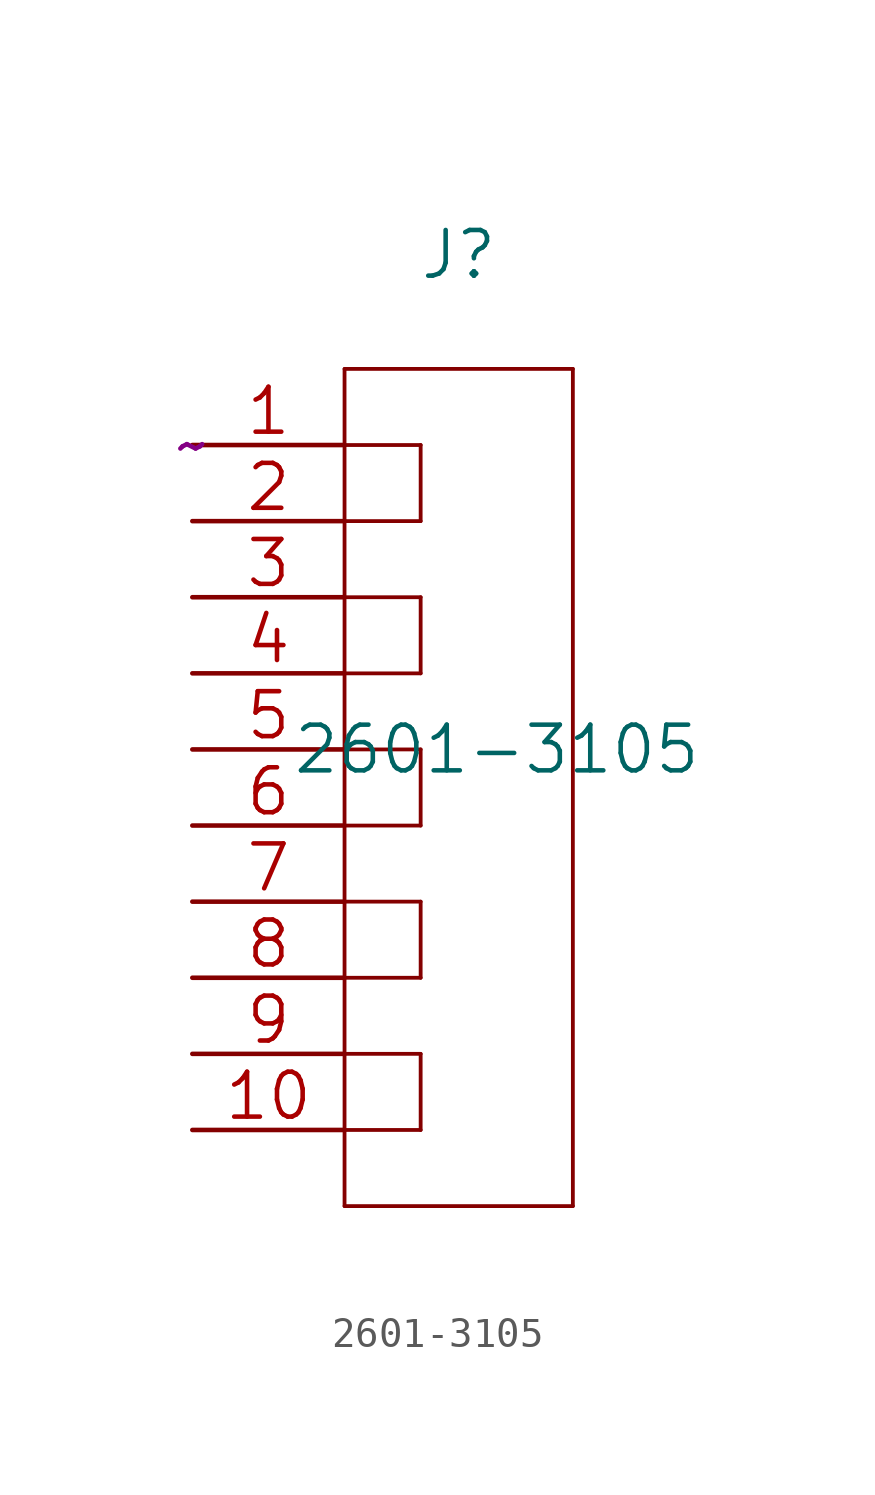
<source format=kicad_sym>
(kicad_symbol_lib
  (version 20211014)
  (generator kicad_symbol_editor)
  (symbol "2601-3105"
    (pin_names
      (offset 0.254) hide)
    (property "Reference" "J"
      (at 8.89 6.35 0)
      (effects (font (size 1.524 1.524))))
    (property "Value" "2601-3105"
      (at 10.16 -10.16 0)
      (effects (font (size 1.524 1.524))))
    (property "Datasheet" "~"
      (at 0.00 0.00 0)
      (effects (font (size 1.524 1.524))))
    (symbol "2601-3105_0_0"
      (polyline (pts (xy 5.080 2.540) (xy 5.080 -25.400)) (stroke (width 0.127) (type default)) (fill (type none)))
      (polyline (pts (xy 5.080 -25.400) (xy 12.700 -25.400)) (stroke (width 0.127) (type default)) (fill (type none)))
      (polyline (pts (xy 12.700 -25.400) (xy 12.700 2.540)) (stroke (width 0.127) (type default)) (fill (type none)))
      (polyline (pts (xy 12.700 2.540) (xy 5.080 2.540)) (stroke (width 0.127) (type default)) (fill (type none)))
      (polyline (pts (xy 5.080 0.000) (xy 7.620 0.000)) (stroke (width 0.127) (type default)) (fill (type none)))
      (polyline (pts (xy 7.620 0.000) (xy 7.620 -2.540)) (stroke (width 0.127) (type default)) (fill (type none)))
      (polyline (pts (xy 5.080 -2.540) (xy 7.620 -2.540)) (stroke (width 0.127) (type default)) (fill (type none)))
      (polyline (pts (xy 5.080 -5.080) (xy 7.620 -5.080)) (stroke (width 0.127) (type default)) (fill (type none)))
      (polyline (pts (xy 7.620 -5.080) (xy 7.620 -7.620)) (stroke (width 0.127) (type default)) (fill (type none)))
      (polyline (pts (xy 5.080 -7.620) (xy 7.620 -7.620)) (stroke (width 0.127) (type default)) (fill (type none)))
      (polyline (pts (xy 5.080 -10.160) (xy 7.620 -10.160)) (stroke (width 0.127) (type default)) (fill (type none)))
      (polyline (pts (xy 7.620 -10.160) (xy 7.620 -12.700)) (stroke (width 0.127) (type default)) (fill (type none)))
      (polyline (pts (xy 5.080 -12.700) (xy 7.620 -12.700)) (stroke (width 0.127) (type default)) (fill (type none)))
      (polyline (pts (xy 5.080 -15.240) (xy 7.620 -15.240)) (stroke (width 0.127) (type default)) (fill (type none)))
      (polyline (pts (xy 7.620 -15.240) (xy 7.620 -17.780)) (stroke (width 0.127) (type default)) (fill (type none)))
      (polyline (pts (xy 5.080 -17.780) (xy 7.620 -17.780)) (stroke (width 0.127) (type default)) (fill (type none)))
      (polyline (pts (xy 5.080 -20.320) (xy 7.620 -20.320)) (stroke (width 0.127) (type default)) (fill (type none)))
      (polyline (pts (xy 7.620 -20.320) (xy 7.620 -22.860)) (stroke (width 0.127) (type default)) (fill (type none)))
      (polyline (pts (xy 5.080 -22.860) (xy 7.620 -22.860)) (stroke (width 0.127) (type default)) (fill (type none)))
      (pin unspecified line (at 0.000 0.000 0) (length 5.080) (name "1" (effects (font (size 1.499 1.499)))) (number "1" (effects (font (size 1.499 1.499)))))
      (pin unspecified line (at 0.000 -2.540 0) (length 5.080) (name "2" (effects (font (size 1.499 1.499)))) (number "2" (effects (font (size 1.499 1.499)))))
      (pin unspecified line (at 0.000 -5.080 0) (length 5.080) (name "3" (effects (font (size 1.499 1.499)))) (number "3" (effects (font (size 1.499 1.499)))))
      (pin unspecified line (at 0.000 -7.620 0) (length 5.080) (name "4" (effects (font (size 1.499 1.499)))) (number "4" (effects (font (size 1.499 1.499)))))
      (pin unspecified line (at 0.000 -10.160 0) (length 5.080) (name "5" (effects (font (size 1.499 1.499)))) (number "5" (effects (font (size 1.499 1.499)))))
      (pin unspecified line (at 0.000 -12.700 0) (length 5.080) (name "6" (effects (font (size 1.499 1.499)))) (number "6" (effects (font (size 1.499 1.499)))))
      (pin unspecified line (at 0.000 -15.240 0) (length 5.080) (name "7" (effects (font (size 1.499 1.499)))) (number "7" (effects (font (size 1.499 1.499)))))
      (pin unspecified line (at 0.000 -17.780 0) (length 5.080) (name "8" (effects (font (size 1.499 1.499)))) (number "8" (effects (font (size 1.499 1.499)))))
      (pin unspecified line (at 0.000 -20.320 0) (length 5.080) (name "9" (effects (font (size 1.499 1.499)))) (number "9" (effects (font (size 1.499 1.499)))))
      (pin unspecified line (at 0.000 -22.860 0) (length 5.080) (name "10" (effects (font (size 1.499 1.499)))) (number "10" (effects (font (size 1.499 1.499))))))))
</source>
